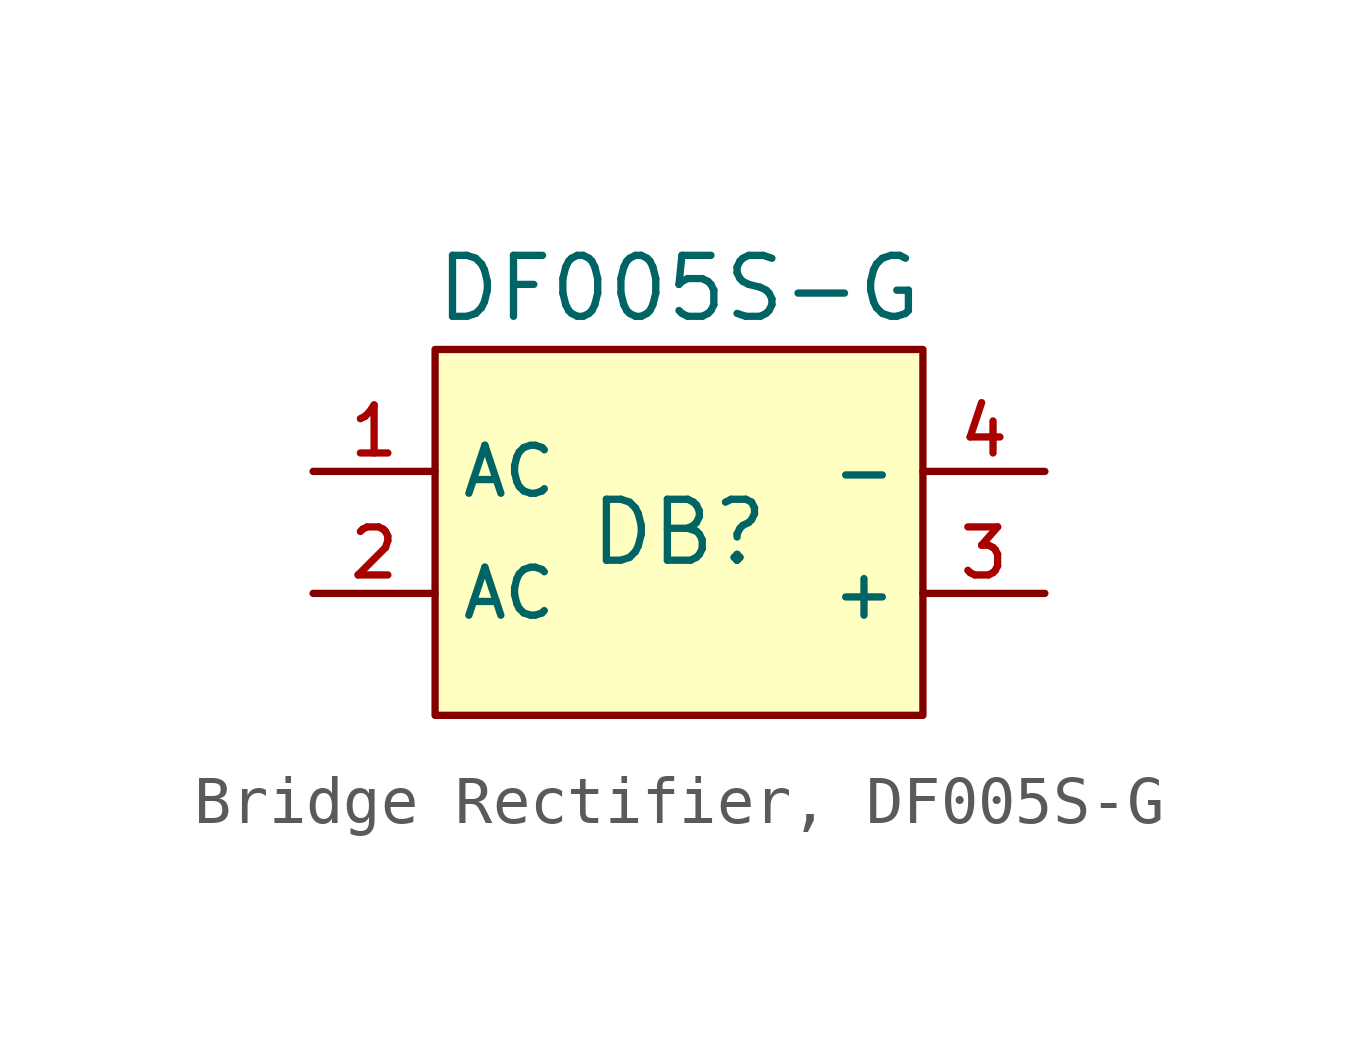
<source format=kicad_sym>
(kicad_symbol_lib
  (version 20231120)
  (generator "CDFER_Archive_Tool")
  (generator_version "0.0")
  (symbol "Bridge Rectifier, DF005S-G"
    (property "Reference" "DB"
      (at 0 1.27 0)
      (effects (font (size 1.27 1.27))))
    (property "Value" "DF005S-G"
      (at 0 6.35 0)
      (effects (font (size 1.27 1.27))))
    (symbol "Bridge Rectifier, DF005S-G_0_1"
      (rectangle (start -5.08 5.08) (end 5.08 -2.54) (stroke (width 0) (type default)) (fill (type background)))
      (pin unspecified line (at -7.62 2.54 0) (length 2.54) (name "AC" (effects (font (size 1 1)))) (number "1" (effects (font (size 1 1)))))
      (pin unspecified line (at -7.62 0 0) (length 2.54) (name "AC" (effects (font (size 1 1)))) (number "2" (effects (font (size 1 1)))))
      (pin unspecified line (at 7.62 0 180) (length 2.54) (name "+" (effects (font (size 1 1)))) (number "3" (effects (font (size 1 1)))))
      (pin unspecified line (at 7.62 2.54 180) (length 2.54) (name "-" (effects (font (size 1 1)))) (number "4" (effects (font (size 1 1))))))))
</source>
